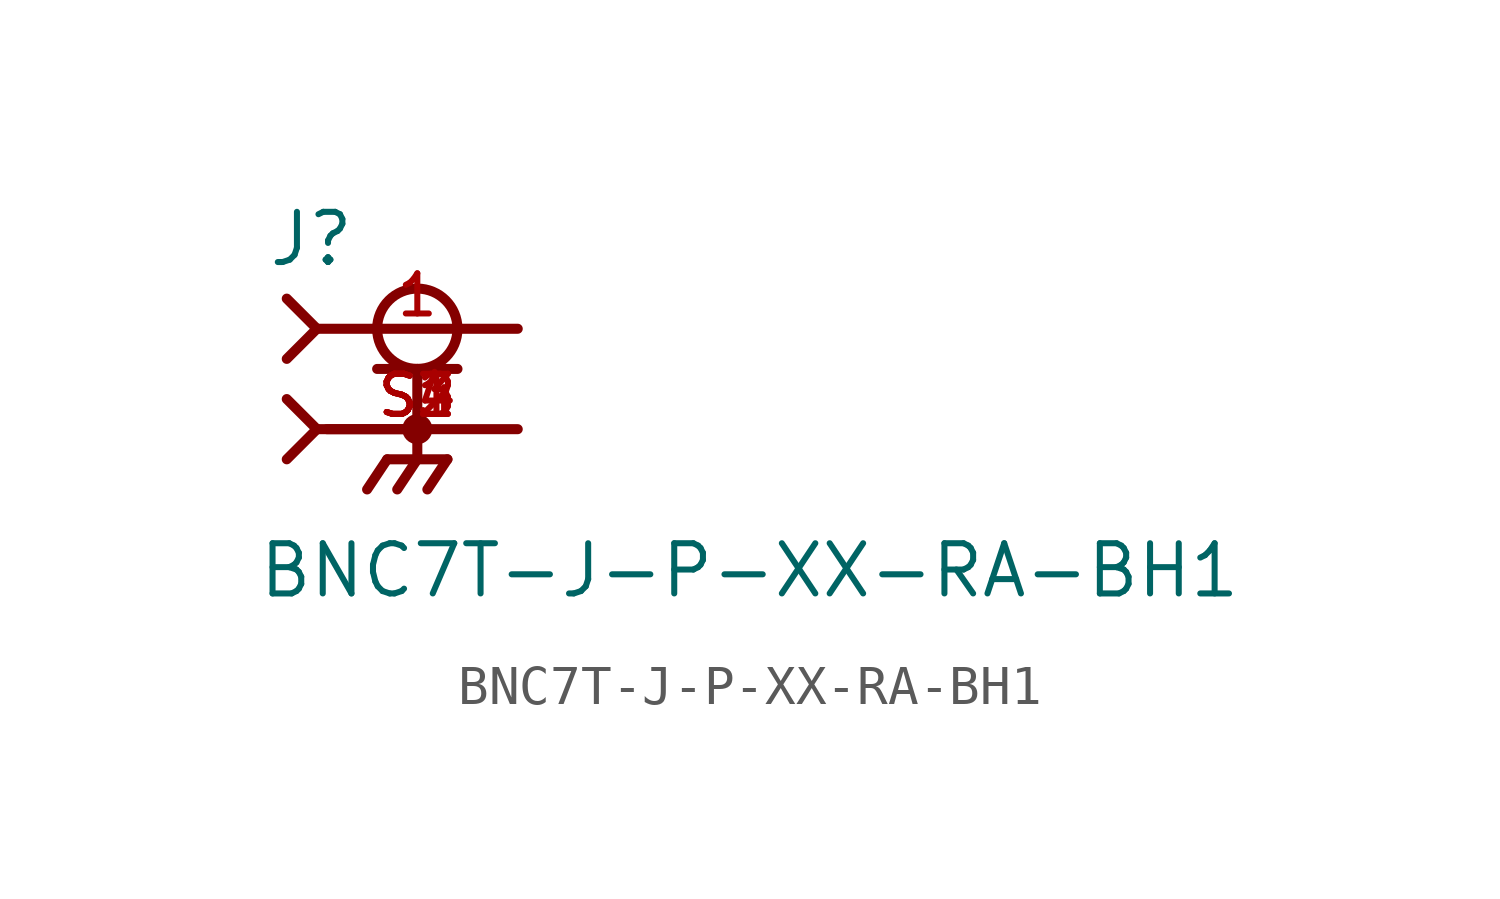
<source format=kicad_sym>
(kicad_symbol_lib
  (version 20211014)
  (generator kicad_symbol_editor)
  (symbol "BNC7T-J-P-XX-RA-BH1"
    (pin_names
      (offset 1.016))
    (property "Reference" "J"
      (at -3.81 4.064 0)
      (effects (font (size 1.27 1.27)) (justify bottom left)))
    (property "Value" "BNC7T-J-P-XX-RA-BH1"
      (at -4.064 -4.318 0)
      (effects (font (size 1.27 1.27)) (justify bottom left)))
    (symbol "BNC7T-J-P-XX-RA-BH1_0_0"
      (circle (center 0.0 2.54) (radius 1.016) (stroke (width 0.254)) (fill (type none)))
      (polyline (pts (xy -1.016 1.524) (xy 0.0 1.524)) (stroke (width 0.254)))
      (polyline (pts (xy 0.0 1.524) (xy 1.016 1.524)) (stroke (width 0.254)))
      (polyline (pts (xy 0.0 0.0) (xy -2.286 0.0)) (stroke (width 0.254)))
      (polyline (pts (xy -3.302 3.302) (xy -2.54 2.54)) (stroke (width 0.254)))
      (polyline (pts (xy -3.302 1.778) (xy -2.54 2.54)) (stroke (width 0.254)))
      (polyline (pts (xy 0.0 1.524) (xy 0.0 0.0)) (stroke (width 0.254)))
      (circle (center 0.0 0.0) (radius 0.254) (stroke (width 0.254)) (fill (type none)))
      (polyline (pts (xy -2.54 2.54) (xy 2.54 2.54)) (stroke (width 0.254)))
      (polyline (pts (xy 2.54 0.0) (xy 0.0 0.0)) (stroke (width 0.254)))
      (polyline (pts (xy 0.0 0.0) (xy 0.0 -0.762)) (stroke (width 0.254)))
      (polyline (pts (xy 0.0 -0.762) (xy -0.762 -0.762)) (stroke (width 0.254)))
      (polyline (pts (xy 0.0 -0.762) (xy 0.762 -0.762)) (stroke (width 0.254)))
      (polyline (pts (xy -0.762 -0.762) (xy -1.27 -1.524)) (stroke (width 0.254)))
      (polyline (pts (xy 0.0 -0.762) (xy -0.508 -1.524)) (stroke (width 0.254)))
      (polyline (pts (xy 0.762 -0.762) (xy 0.254 -1.524)) (stroke (width 0.254)))
      (polyline (pts (xy -3.302 0.762) (xy -2.54 0.0)) (stroke (width 0.254)))
      (polyline (pts (xy -3.302 -0.762) (xy -2.54 0.0)) (stroke (width 0.254)))
      (polyline (pts (xy -2.54 0.0) (xy 0.0 0.0)) (stroke (width 0.254)))
      (pin passive line (at 2.54 2.54 180.0) (length 5.08) (name "~" (effects (font (size 1.016 1.016)))) (number "1" (effects (font (size 1.016 1.016)))))
      (pin passive line (at 2.54 0.0 180.0) (length 5.08) (name "~" (effects (font (size 1.016 1.016)))) (number "S1" (effects (font (size 1.016 1.016)))))
      (pin passive line (at 2.54 0.0 180.0) (length 5.08) (name "~" (effects (font (size 1.016 1.016)))) (number "S2" (effects (font (size 1.016 1.016)))))
      (pin passive line (at 2.54 0.0 180.0) (length 5.08) (name "~" (effects (font (size 1.016 1.016)))) (number "S3" (effects (font (size 1.016 1.016)))))
      (pin passive line (at 2.54 0.0 180.0) (length 5.08) (name "~" (effects (font (size 1.016 1.016)))) (number "S4" (effects (font (size 1.016 1.016))))))))
</source>
